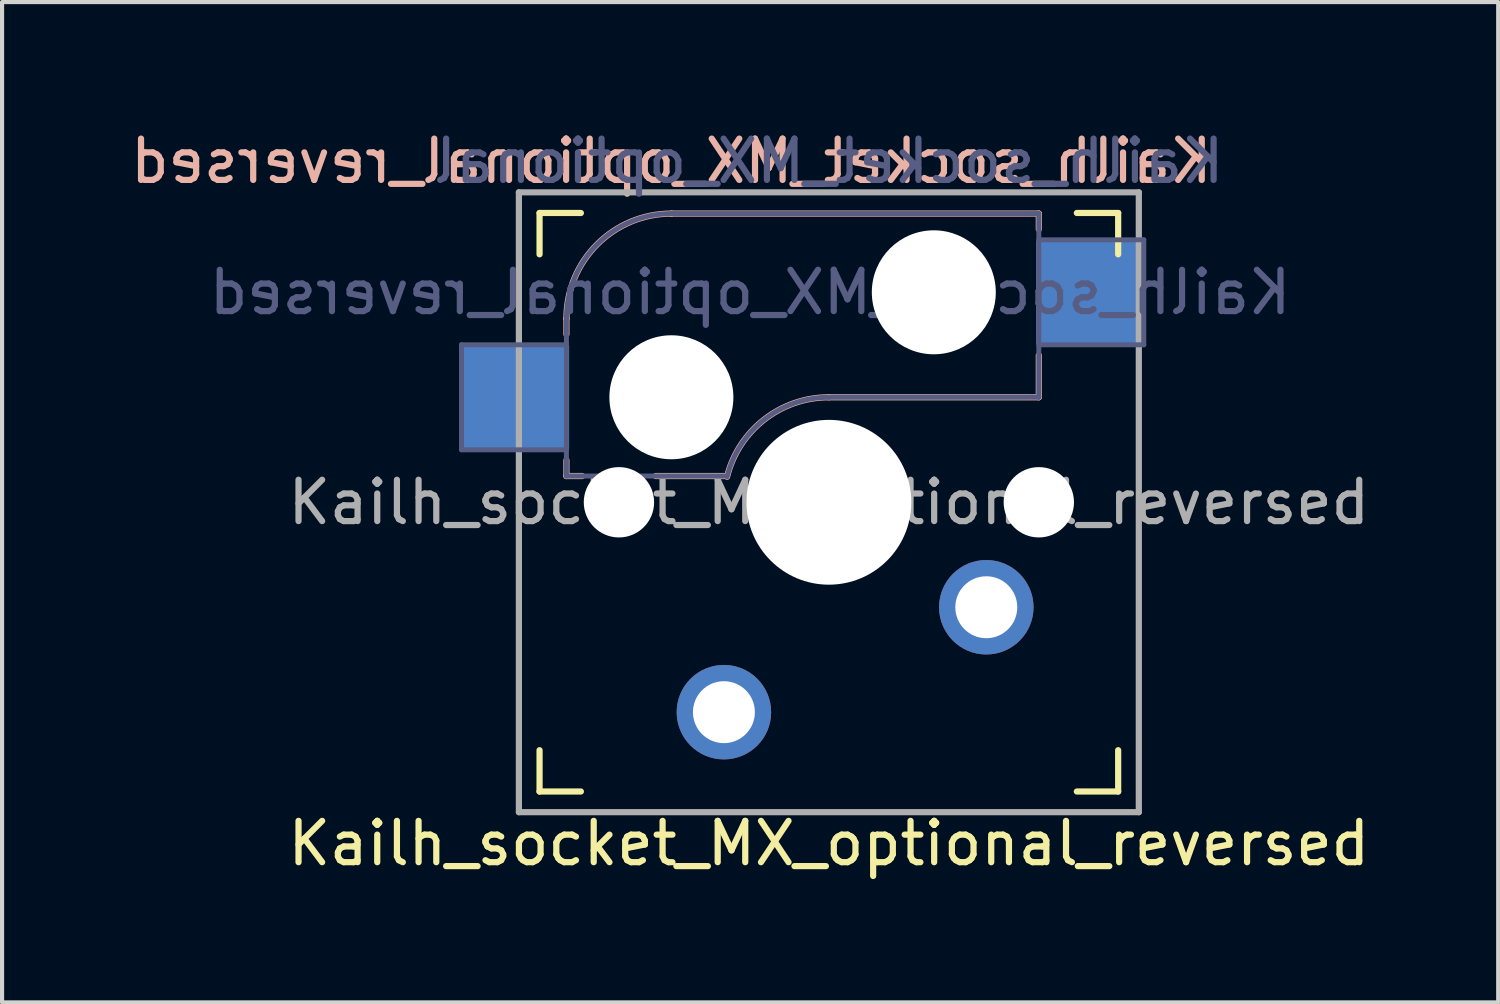
<source format=kicad_pcb>
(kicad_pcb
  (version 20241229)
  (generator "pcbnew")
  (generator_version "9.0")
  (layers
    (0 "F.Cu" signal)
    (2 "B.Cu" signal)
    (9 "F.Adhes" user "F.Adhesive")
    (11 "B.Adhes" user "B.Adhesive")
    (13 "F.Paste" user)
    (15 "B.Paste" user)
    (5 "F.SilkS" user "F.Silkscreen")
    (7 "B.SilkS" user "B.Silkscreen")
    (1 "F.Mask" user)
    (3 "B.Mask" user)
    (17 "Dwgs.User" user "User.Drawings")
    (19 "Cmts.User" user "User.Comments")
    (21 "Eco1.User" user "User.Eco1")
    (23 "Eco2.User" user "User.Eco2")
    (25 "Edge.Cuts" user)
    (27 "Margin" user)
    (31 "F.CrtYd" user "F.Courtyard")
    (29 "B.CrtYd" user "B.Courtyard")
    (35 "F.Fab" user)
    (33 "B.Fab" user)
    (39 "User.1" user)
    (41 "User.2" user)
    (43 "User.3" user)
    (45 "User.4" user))
  (footprint "Kailh_socket_MX_optional_reversed"
    (layer "F.Cu")
    (at 19.574 4.001)
    (property "Reference" "Kailh_socket_MX_optional_reversed" (at -2.567 13.357 180) (layer "F.SilkS") (effects (font (size 1 1) (thickness 0.15))))
    (property "Value" "Kailh_socket_MX_optional" (at -2.567 -3.152 180) (layer "F.Fab") (hide yes) (effects (font (size 1 1) (thickness 0.15))))
    (attr through_hole)
    (fp_line (start -9.568 -0.897) (end -9.568 -1.897) (stroke (width 0.15) (type solid)) (layer "F.SilkS"))
    (fp_line (start -9.568 12.102) (end -9.568 11.102) (stroke (width 0.15) (type solid)) (layer "F.SilkS"))
    (fp_line (start -9.568 12.102) (end -8.568 12.102) (stroke (width 0.15) (type solid)) (layer "F.SilkS"))
    (fp_line (start -8.568 -1.897) (end -9.568 -1.897) (stroke (width 0.15) (type solid)) (layer "F.SilkS"))
    (fp_line (start 3.433 12.102) (end 4.433 12.102) (stroke (width 0.15) (type solid)) (layer "F.SilkS"))
    (fp_line (start 4.433 -1.897) (end 3.433 -1.897) (stroke (width 0.15) (type solid)) (layer "F.SilkS"))
    (fp_line (start 4.433 -1.897) (end 4.433 -0.897) (stroke (width 0.15) (type solid)) (layer "F.SilkS"))
    (fp_line (start 4.433 11.102) (end 4.433 12.102) (stroke (width 0.15) (type solid)) (layer "F.SilkS"))
    (fp_line (start -8.918 0.657) (end -8.918 1.038) (stroke (width 0.15) (type solid)) (layer "B.SilkS"))
    (fp_line (start -8.918 4.087) (end -8.918 4.468) (stroke (width 0.15) (type solid)) (layer "B.SilkS"))
    (fp_line (start -8.918 4.468) (end -8.537 4.468) (stroke (width 0.15) (type solid)) (layer "B.SilkS"))
    (fp_line (start -6.758 4.468) (end -5.107 4.468) (stroke (width 0.15) (type solid)) (layer "B.SilkS"))
    (fp_line (start -2.567 2.562) (end 2.513 2.562) (stroke (width 0.15) (type solid)) (layer "B.SilkS"))
    (fp_line (start 2.513 -1.883) (end -6.378 -1.883) (stroke (width 0.15) (type solid)) (layer "B.SilkS"))
    (fp_line (start 2.513 -1.502) (end 2.513 -1.883) (stroke (width 0.15) (type solid)) (layer "B.SilkS"))
    (fp_line (start 2.513 2.562) (end 2.513 1.546) (stroke (width 0.15) (type solid)) (layer "B.SilkS"))
    (fp_arc (start -8.9175 0.6575) (mid -8.173551 -1.138551) (end -6.3775 -1.8825) (stroke (width 0.15) (type solid)) (layer "B.SilkS"))
    (fp_arc (start -5.031662 4.48646) (mid -4.130647 3.100458) (end -2.5675 2.5625) (stroke (width 0.15) (type solid)) (layer "B.SilkS"))
    (fp_line (start -9.467 12.002) (end -9.467 -1.798) (stroke (width 0.15) (type solid)) (layer "Eco2.User"))
    (fp_line (start -9.467 12.002) (end 4.332 12.002) (stroke (width 0.15) (type solid)) (layer "Eco2.User"))
    (fp_line (start 4.332 -1.798) (end -9.467 -1.798) (stroke (width 0.15) (type solid)) (layer "Eco2.User"))
    (fp_line (start 4.332 -1.798) (end 4.332 12.002) (stroke (width 0.15) (type solid)) (layer "Eco2.User"))
    (fp_line (start -11.457 1.292) (end -11.457 3.833) (stroke (width 0.12) (type solid)) (layer "B.Fab"))
    (fp_line (start -11.457 3.833) (end -8.918 3.833) (stroke (width 0.12) (type solid)) (layer "B.Fab"))
    (fp_line (start -8.918 0.657) (end -8.918 4.468) (stroke (width 0.12) (type solid)) (layer "B.Fab"))
    (fp_line (start -8.918 1.292) (end -11.457 1.292) (stroke (width 0.12) (type solid)) (layer "B.Fab"))
    (fp_line (start -8.918 4.468) (end -5.107 4.468) (stroke (width 0.12) (type solid)) (layer "B.Fab"))
    (fp_line (start -2.567 2.562) (end 2.513 2.562) (stroke (width 0.12) (type solid)) (layer "B.Fab"))
    (fp_line (start 2.513 -1.883) (end -6.378 -1.883) (stroke (width 0.12) (type solid)) (layer "B.Fab"))
    (fp_line (start 2.513 1.292) (end 5.053 1.292) (stroke (width 0.12) (type solid)) (layer "B.Fab"))
    (fp_line (start 2.513 2.562) (end 2.513 -1.883) (stroke (width 0.12) (type solid)) (layer "B.Fab"))
    (fp_line (start 5.053 -1.248) (end 2.513 -1.248) (stroke (width 0.12) (type solid)) (layer "B.Fab"))
    (fp_line (start 5.053 1.292) (end 5.053 -1.248) (stroke (width 0.12) (type solid)) (layer "B.Fab"))
    (fp_arc (start -8.9175 0.6575) (mid -8.173551 -1.138551) (end -6.3775 -1.8825) (stroke (width 0.12) (type solid)) (layer "B.Fab"))
    (fp_arc (start -5.031662 4.48646) (mid -4.130647 3.100458) (end -2.5675 2.5625) (stroke (width 0.12) (type solid)) (layer "B.Fab"))
    (fp_line (start -10.068 -2.397) (end 4.933 -2.397) (stroke (width 0.15) (type solid)) (layer "F.Fab"))
    (fp_line (start -10.068 12.602) (end -10.068 -2.397) (stroke (width 0.15) (type solid)) (layer "F.Fab"))
    (fp_line (start 4.933 -2.397) (end 4.933 12.602) (stroke (width 0.15) (type solid)) (layer "F.Fab"))
    (fp_line (start 4.933 12.602) (end -10.068 12.602) (stroke (width 0.15) (type solid)) (layer "F.Fab"))
    (fp_text user "${REFERENCE}" (at -6.378 -3.152 180) (layer "B.SilkS") (effects (font (size 1 1) (thickness 0.15)) (justify mirror)))
    (fp_text user "${VALUE}" (at -2.567 -3.152 180) (layer "B.Fab") (effects (font (size 1 1) (thickness 0.15)) (justify mirror)))
    (fp_text user "${REFERENCE}" (at -4.473 0.022 180) (layer "B.Fab") (effects (font (size 1 1) (thickness 0.15)) (justify mirror)))
    (fp_text user "${REFERENCE}" (at -2.567 5.103 180) (layer "F.Fab") (effects (font (size 1 1) (thickness 0.15))))
    (pad "" np_thru_hole circle (at -7.647 5.103 180) (size 1.702 1.702) (drill 1.702) (layers "*.Cu" "*.Mask"))
    (pad "" np_thru_hole circle (at -6.378 2.562 180) (size 3 3) (drill 3) (layers "*.Cu" "*.Mask"))
    (pad "" np_thru_hole circle (at -2.567 5.103 180) (size 3.988 3.988) (drill 3.988) (layers "*.Cu" "*.Mask"))
    (pad "" np_thru_hole circle (at -0.028 0.022 180) (size 3 3) (drill 3) (layers "*.Cu" "*.Mask"))
    (pad "" np_thru_hole circle (at 2.513 5.103 180) (size 1.702 1.702) (drill 1.702) (layers "*.Cu" "*.Mask"))
    (pad "1" thru_hole circle (at -5.107 10.182 180) (size 2.286 2.286) (drill 1.499) (layers "*.Cu" "*.Mask"))
    (pad "1" smd rect (at 3.723 0.022 180) (size 2.55 2.5) (layers "B.Cu" "B.Mask" "B.Paste"))
    (pad "2" smd rect (at -10.127 2.562 180) (size 2.55 2.5) (layers "B.Cu" "B.Mask" "B.Paste"))
    (pad "2" thru_hole circle (at 1.242 7.643 180) (size 2.286 2.286) (drill 1.499) (layers "*.Cu" "*.Mask")))
  (gr_rect
    (start -3 -3)
    (end 33.203 21.206)
    (stroke (width 0.1) (type default))
    (fill no)
    (layer "Edge.Cuts")))
</source>
